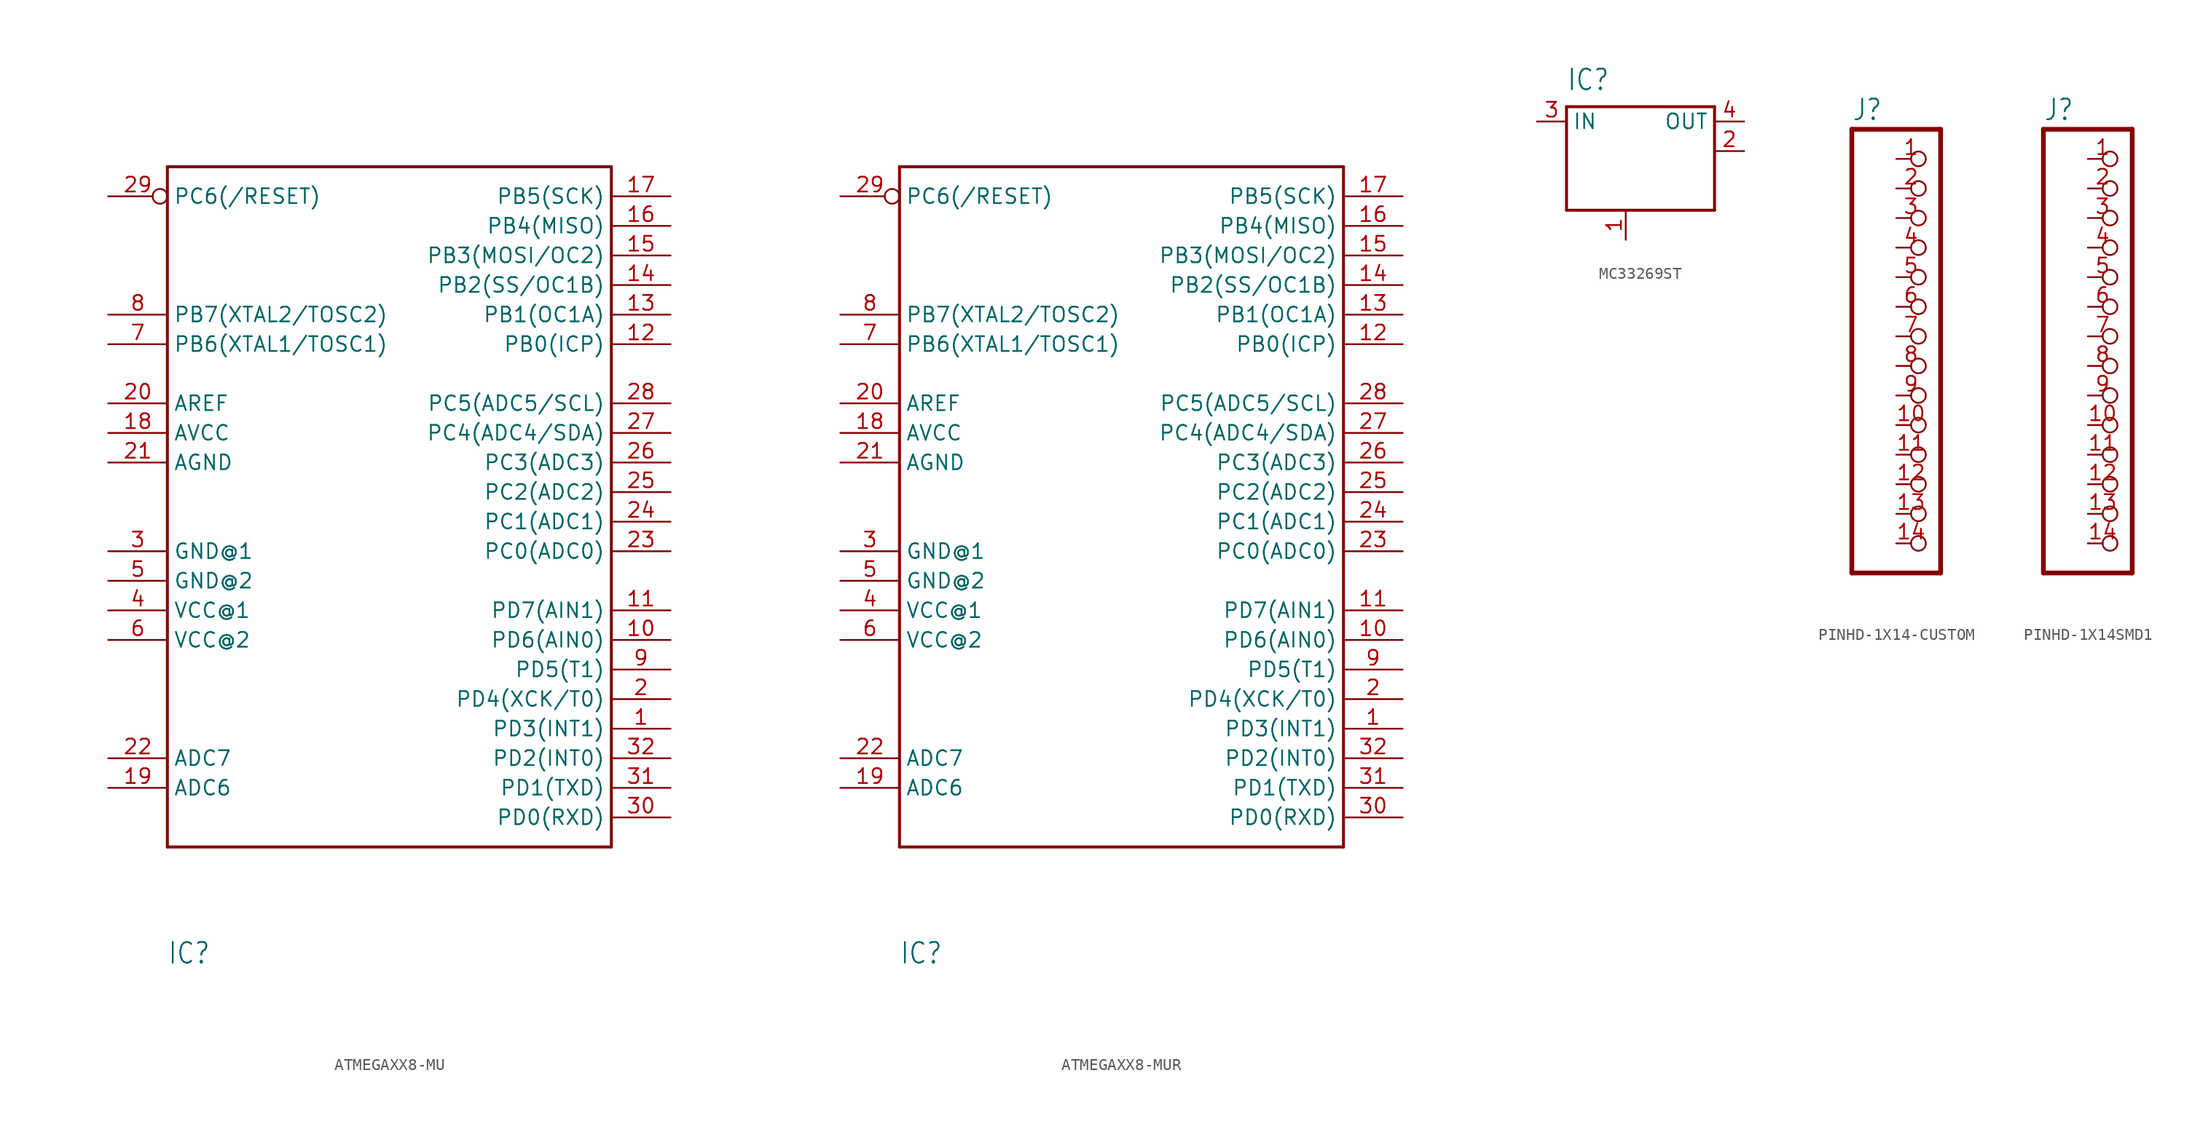
<source format=kicad_sym>
(kicad_symbol_lib
  (version 20220914)
  (generator kicad_symbol_editor)
  (symbol "ATMEGAXX8-MU"
    (property "Reference" "IC"
      (at -17.78 -40.64 0)
      (effects (font (size 1.778 1.511)) (justify left bottom)))
    (property "Value" ""
      (at -5.08 30.48 0)
      (effects (font (size 1.778 1.511)) (justify left bottom)))
    (property "ki_locked" ""
      (at 0 0 0)
      (effects (font (size 1.27 1.27))))
    (symbol "ATMEGAXX8-MU_1_0"
      (polyline (pts (xy -17.78 -30.48) (xy -17.78 27.94)) (stroke (width 0.254) (type solid)) (fill (type none)))
      (polyline (pts (xy -17.78 27.94) (xy 20.32 27.94)) (stroke (width 0.254) (type solid)) (fill (type none)))
      (polyline (pts (xy 20.32 -30.48) (xy -17.78 -30.48)) (stroke (width 0.254) (type solid)) (fill (type none)))
      (polyline (pts (xy 20.32 27.94) (xy 20.32 -30.48)) (stroke (width 0.254) (type solid)) (fill (type none)))
      (pin bidirectional line (at 25.4 -20.32 180) (length 5.08) (name "PD3(INT1)" (effects (font (size 1.27 1.27)))) (number "1" (effects (font (size 1.27 1.27)))))
      (pin bidirectional line (at 25.4 -12.7 180) (length 5.08) (name "PD6(AIN0)" (effects (font (size 1.27 1.27)))) (number "10" (effects (font (size 1.27 1.27)))))
      (pin bidirectional line (at 25.4 -10.16 180) (length 5.08) (name "PD7(AIN1)" (effects (font (size 1.27 1.27)))) (number "11" (effects (font (size 1.27 1.27)))))
      (pin bidirectional line (at 25.4 12.7 180) (length 5.08) (name "PB0(ICP)" (effects (font (size 1.27 1.27)))) (number "12" (effects (font (size 1.27 1.27)))))
      (pin bidirectional line (at 25.4 15.24 180) (length 5.08) (name "PB1(OC1A)" (effects (font (size 1.27 1.27)))) (number "13" (effects (font (size 1.27 1.27)))))
      (pin bidirectional line (at 25.4 17.78 180) (length 5.08) (name "PB2(SS/OC1B)" (effects (font (size 1.27 1.27)))) (number "14" (effects (font (size 1.27 1.27)))))
      (pin bidirectional line (at 25.4 20.32 180) (length 5.08) (name "PB3(MOSI/OC2)" (effects (font (size 1.27 1.27)))) (number "15" (effects (font (size 1.27 1.27)))))
      (pin bidirectional line (at 25.4 22.86 180) (length 5.08) (name "PB4(MISO)" (effects (font (size 1.27 1.27)))) (number "16" (effects (font (size 1.27 1.27)))))
      (pin bidirectional line (at 25.4 25.4 180) (length 5.08) (name "PB5(SCK)" (effects (font (size 1.27 1.27)))) (number "17" (effects (font (size 1.27 1.27)))))
      (pin bidirectional line (at -22.86 5.08 0) (length 5.08) (name "AVCC" (effects (font (size 1.27 1.27)))) (number "18" (effects (font (size 1.27 1.27)))))
      (pin bidirectional line (at -22.86 -25.4 0) (length 5.08) (name "ADC6" (effects (font (size 1.27 1.27)))) (number "19" (effects (font (size 1.27 1.27)))))
      (pin bidirectional line (at 25.4 -17.78 180) (length 5.08) (name "PD4(XCK/T0)" (effects (font (size 1.27 1.27)))) (number "2" (effects (font (size 1.27 1.27)))))
      (pin bidirectional line (at -22.86 7.62 0) (length 5.08) (name "AREF" (effects (font (size 1.27 1.27)))) (number "20" (effects (font (size 1.27 1.27)))))
      (pin bidirectional line (at -22.86 2.54 0) (length 5.08) (name "AGND" (effects (font (size 1.27 1.27)))) (number "21" (effects (font (size 1.27 1.27)))))
      (pin bidirectional line (at -22.86 -22.86 0) (length 5.08) (name "ADC7" (effects (font (size 1.27 1.27)))) (number "22" (effects (font (size 1.27 1.27)))))
      (pin bidirectional line (at 25.4 -5.08 180) (length 5.08) (name "PC0(ADC0)" (effects (font (size 1.27 1.27)))) (number "23" (effects (font (size 1.27 1.27)))))
      (pin bidirectional line (at 25.4 -2.54 180) (length 5.08) (name "PC1(ADC1)" (effects (font (size 1.27 1.27)))) (number "24" (effects (font (size 1.27 1.27)))))
      (pin bidirectional line (at 25.4 0 180) (length 5.08) (name "PC2(ADC2)" (effects (font (size 1.27 1.27)))) (number "25" (effects (font (size 1.27 1.27)))))
      (pin bidirectional line (at 25.4 2.54 180) (length 5.08) (name "PC3(ADC3)" (effects (font (size 1.27 1.27)))) (number "26" (effects (font (size 1.27 1.27)))))
      (pin bidirectional line (at 25.4 5.08 180) (length 5.08) (name "PC4(ADC4/SDA)" (effects (font (size 1.27 1.27)))) (number "27" (effects (font (size 1.27 1.27)))))
      (pin bidirectional line (at 25.4 7.62 180) (length 5.08) (name "PC5(ADC5/SCL)" (effects (font (size 1.27 1.27)))) (number "28" (effects (font (size 1.27 1.27)))))
      (pin bidirectional inverted (at -22.86 25.4 0) (length 5.08) (name "PC6(/RESET)" (effects (font (size 1.27 1.27)))) (number "29" (effects (font (size 1.27 1.27)))))
      (pin bidirectional line (at -22.86 -5.08 0) (length 5.08) (name "GND@1" (effects (font (size 1.27 1.27)))) (number "3" (effects (font (size 1.27 1.27)))))
      (pin bidirectional line (at 25.4 -27.94 180) (length 5.08) (name "PD0(RXD)" (effects (font (size 1.27 1.27)))) (number "30" (effects (font (size 1.27 1.27)))))
      (pin bidirectional line (at 25.4 -25.4 180) (length 5.08) (name "PD1(TXD)" (effects (font (size 1.27 1.27)))) (number "31" (effects (font (size 1.27 1.27)))))
      (pin bidirectional line (at 25.4 -22.86 180) (length 5.08) (name "PD2(INT0)" (effects (font (size 1.27 1.27)))) (number "32" (effects (font (size 1.27 1.27)))))
      (pin bidirectional line (at -22.86 -10.16 0) (length 5.08) (name "VCC@1" (effects (font (size 1.27 1.27)))) (number "4" (effects (font (size 1.27 1.27)))))
      (pin bidirectional line (at -22.86 -7.62 0) (length 5.08) (name "GND@2" (effects (font (size 1.27 1.27)))) (number "5" (effects (font (size 1.27 1.27)))))
      (pin bidirectional line (at -22.86 -12.7 0) (length 5.08) (name "VCC@2" (effects (font (size 1.27 1.27)))) (number "6" (effects (font (size 1.27 1.27)))))
      (pin bidirectional line (at -22.86 12.7 0) (length 5.08) (name "PB6(XTAL1/TOSC1)" (effects (font (size 1.27 1.27)))) (number "7" (effects (font (size 1.27 1.27)))))
      (pin bidirectional line (at -22.86 15.24 0) (length 5.08) (name "PB7(XTAL2/TOSC2)" (effects (font (size 1.27 1.27)))) (number "8" (effects (font (size 1.27 1.27)))))
      (pin bidirectional line (at 25.4 -15.24 180) (length 5.08) (name "PD5(T1)" (effects (font (size 1.27 1.27)))) (number "9" (effects (font (size 1.27 1.27)))))))
  (symbol "ATMEGAXX8-MUR"
    (property "Reference" "IC"
      (at -17.78 -40.64 0)
      (effects (font (size 1.778 1.511)) (justify left bottom)))
    (property "Value" ""
      (at -5.08 30.48 0)
      (effects (font (size 1.778 1.511)) (justify left bottom)))
    (property "ki_locked" ""
      (at 0 0 0)
      (effects (font (size 1.27 1.27))))
    (symbol "ATMEGAXX8-MUR_1_0"
      (polyline (pts (xy -17.78 -30.48) (xy -17.78 27.94)) (stroke (width 0.254) (type solid)) (fill (type none)))
      (polyline (pts (xy -17.78 27.94) (xy 20.32 27.94)) (stroke (width 0.254) (type solid)) (fill (type none)))
      (polyline (pts (xy 20.32 -30.48) (xy -17.78 -30.48)) (stroke (width 0.254) (type solid)) (fill (type none)))
      (polyline (pts (xy 20.32 27.94) (xy 20.32 -30.48)) (stroke (width 0.254) (type solid)) (fill (type none)))
      (pin bidirectional line (at 25.4 -20.32 180) (length 5.08) (name "PD3(INT1)" (effects (font (size 1.27 1.27)))) (number "1" (effects (font (size 1.27 1.27)))))
      (pin bidirectional line (at 25.4 -12.7 180) (length 5.08) (name "PD6(AIN0)" (effects (font (size 1.27 1.27)))) (number "10" (effects (font (size 1.27 1.27)))))
      (pin bidirectional line (at 25.4 -10.16 180) (length 5.08) (name "PD7(AIN1)" (effects (font (size 1.27 1.27)))) (number "11" (effects (font (size 1.27 1.27)))))
      (pin bidirectional line (at 25.4 12.7 180) (length 5.08) (name "PB0(ICP)" (effects (font (size 1.27 1.27)))) (number "12" (effects (font (size 1.27 1.27)))))
      (pin bidirectional line (at 25.4 15.24 180) (length 5.08) (name "PB1(OC1A)" (effects (font (size 1.27 1.27)))) (number "13" (effects (font (size 1.27 1.27)))))
      (pin bidirectional line (at 25.4 17.78 180) (length 5.08) (name "PB2(SS/OC1B)" (effects (font (size 1.27 1.27)))) (number "14" (effects (font (size 1.27 1.27)))))
      (pin bidirectional line (at 25.4 20.32 180) (length 5.08) (name "PB3(MOSI/OC2)" (effects (font (size 1.27 1.27)))) (number "15" (effects (font (size 1.27 1.27)))))
      (pin bidirectional line (at 25.4 22.86 180) (length 5.08) (name "PB4(MISO)" (effects (font (size 1.27 1.27)))) (number "16" (effects (font (size 1.27 1.27)))))
      (pin bidirectional line (at 25.4 25.4 180) (length 5.08) (name "PB5(SCK)" (effects (font (size 1.27 1.27)))) (number "17" (effects (font (size 1.27 1.27)))))
      (pin bidirectional line (at -22.86 5.08 0) (length 5.08) (name "AVCC" (effects (font (size 1.27 1.27)))) (number "18" (effects (font (size 1.27 1.27)))))
      (pin bidirectional line (at -22.86 -25.4 0) (length 5.08) (name "ADC6" (effects (font (size 1.27 1.27)))) (number "19" (effects (font (size 1.27 1.27)))))
      (pin bidirectional line (at 25.4 -17.78 180) (length 5.08) (name "PD4(XCK/T0)" (effects (font (size 1.27 1.27)))) (number "2" (effects (font (size 1.27 1.27)))))
      (pin bidirectional line (at -22.86 7.62 0) (length 5.08) (name "AREF" (effects (font (size 1.27 1.27)))) (number "20" (effects (font (size 1.27 1.27)))))
      (pin bidirectional line (at -22.86 2.54 0) (length 5.08) (name "AGND" (effects (font (size 1.27 1.27)))) (number "21" (effects (font (size 1.27 1.27)))))
      (pin bidirectional line (at -22.86 -22.86 0) (length 5.08) (name "ADC7" (effects (font (size 1.27 1.27)))) (number "22" (effects (font (size 1.27 1.27)))))
      (pin bidirectional line (at 25.4 -5.08 180) (length 5.08) (name "PC0(ADC0)" (effects (font (size 1.27 1.27)))) (number "23" (effects (font (size 1.27 1.27)))))
      (pin bidirectional line (at 25.4 -2.54 180) (length 5.08) (name "PC1(ADC1)" (effects (font (size 1.27 1.27)))) (number "24" (effects (font (size 1.27 1.27)))))
      (pin bidirectional line (at 25.4 0 180) (length 5.08) (name "PC2(ADC2)" (effects (font (size 1.27 1.27)))) (number "25" (effects (font (size 1.27 1.27)))))
      (pin bidirectional line (at 25.4 2.54 180) (length 5.08) (name "PC3(ADC3)" (effects (font (size 1.27 1.27)))) (number "26" (effects (font (size 1.27 1.27)))))
      (pin bidirectional line (at 25.4 5.08 180) (length 5.08) (name "PC4(ADC4/SDA)" (effects (font (size 1.27 1.27)))) (number "27" (effects (font (size 1.27 1.27)))))
      (pin bidirectional line (at 25.4 7.62 180) (length 5.08) (name "PC5(ADC5/SCL)" (effects (font (size 1.27 1.27)))) (number "28" (effects (font (size 1.27 1.27)))))
      (pin bidirectional inverted (at -22.86 25.4 0) (length 5.08) (name "PC6(/RESET)" (effects (font (size 1.27 1.27)))) (number "29" (effects (font (size 1.27 1.27)))))
      (pin bidirectional line (at -22.86 -5.08 0) (length 5.08) (name "GND@1" (effects (font (size 1.27 1.27)))) (number "3" (effects (font (size 1.27 1.27)))))
      (pin bidirectional line (at 25.4 -27.94 180) (length 5.08) (name "PD0(RXD)" (effects (font (size 1.27 1.27)))) (number "30" (effects (font (size 1.27 1.27)))))
      (pin bidirectional line (at 25.4 -25.4 180) (length 5.08) (name "PD1(TXD)" (effects (font (size 1.27 1.27)))) (number "31" (effects (font (size 1.27 1.27)))))
      (pin bidirectional line (at 25.4 -22.86 180) (length 5.08) (name "PD2(INT0)" (effects (font (size 1.27 1.27)))) (number "32" (effects (font (size 1.27 1.27)))))
      (pin bidirectional line (at -22.86 -10.16 0) (length 5.08) (name "VCC@1" (effects (font (size 1.27 1.27)))) (number "4" (effects (font (size 1.27 1.27)))))
      (pin bidirectional line (at -22.86 -7.62 0) (length 5.08) (name "GND@2" (effects (font (size 1.27 1.27)))) (number "5" (effects (font (size 1.27 1.27)))))
      (pin bidirectional line (at -22.86 -12.7 0) (length 5.08) (name "VCC@2" (effects (font (size 1.27 1.27)))) (number "6" (effects (font (size 1.27 1.27)))))
      (pin bidirectional line (at -22.86 12.7 0) (length 5.08) (name "PB6(XTAL1/TOSC1)" (effects (font (size 1.27 1.27)))) (number "7" (effects (font (size 1.27 1.27)))))
      (pin bidirectional line (at -22.86 15.24 0) (length 5.08) (name "PB7(XTAL2/TOSC2)" (effects (font (size 1.27 1.27)))) (number "8" (effects (font (size 1.27 1.27)))))
      (pin bidirectional line (at 25.4 -15.24 180) (length 5.08) (name "PD5(T1)" (effects (font (size 1.27 1.27)))) (number "9" (effects (font (size 1.27 1.27)))))))
  (symbol "MC33269ST"
    (property "Reference" "IC"
      (at -5.08 7.62 0)
      (effects (font (size 1.778 1.511)) (justify left bottom)))
    (property "Value" ""
      (at 3.81 -5.08 0)
      (effects (font (size 1.778 1.511)) (justify left bottom)))
    (property "ki_locked" ""
      (at 0 0 0)
      (effects (font (size 1.27 1.27))))
    (symbol "MC33269ST_1_0"
      (polyline (pts (xy -5.08 -2.54) (xy -5.08 6.35)) (stroke (width 0.254) (type solid)) (fill (type none)))
      (polyline (pts (xy -5.08 6.35) (xy 7.62 6.35)) (stroke (width 0.254) (type solid)) (fill (type none)))
      (polyline (pts (xy 7.62 -2.54) (xy -5.08 -2.54)) (stroke (width 0.254) (type solid)) (fill (type none)))
      (polyline (pts (xy 7.62 6.35) (xy 7.62 -2.54)) (stroke (width 0.254) (type solid)) (fill (type none)))
      (pin input line (at 0 -5.08 90) (length 2.54) (name "GND/ADJ" (effects (font (size 0 0)))) (number "1" (effects (font (size 1.27 1.27)))))
      (pin passive line (at 10.16 2.54 180) (length 2.54) (name "OUT@1" (effects (font (size 0 0)))) (number "2" (effects (font (size 1.27 1.27)))))
      (pin input line (at -7.62 5.08 0) (length 2.54) (name "IN" (effects (font (size 1.27 1.27)))) (number "3" (effects (font (size 1.27 1.27)))))
      (pin passive line (at 10.16 5.08 180) (length 2.54) (name "OUT" (effects (font (size 1.27 1.27)))) (number "4" (effects (font (size 1.27 1.27)))))))
  (symbol "PINHD-1X14-CUSTOM"
    (property "Reference" "J"
      (at -6.35 18.415 0)
      (effects (font (size 1.778 1.511)) (justify left bottom)))
    (property "ki_locked" ""
      (at 0 0 0)
      (effects (font (size 1.27 1.27))))
    (symbol "PINHD-1X14-CUSTOM_1_0"
      (polyline (pts (xy -6.35 -20.32) (xy 1.27 -20.32)) (stroke (width 0.406) (type solid)) (fill (type none)))
      (polyline (pts (xy -6.35 17.78) (xy -6.35 -20.32)) (stroke (width 0.406) (type solid)) (fill (type none)))
      (polyline (pts (xy 1.27 -20.32) (xy 1.27 17.78)) (stroke (width 0.406) (type solid)) (fill (type none)))
      (polyline (pts (xy 1.27 17.78) (xy -6.35 17.78)) (stroke (width 0.406) (type solid)) (fill (type none)))
      (pin passive inverted (at -2.54 15.24 0) (length 2.54) (name "1" (effects (font (size 0 0)))) (number "1" (effects (font (size 1.27 1.27)))))
      (pin passive inverted (at -2.54 -7.62 0) (length 2.54) (name "10" (effects (font (size 0 0)))) (number "10" (effects (font (size 1.27 1.27)))))
      (pin passive inverted (at -2.54 -10.16 0) (length 2.54) (name "11" (effects (font (size 0 0)))) (number "11" (effects (font (size 1.27 1.27)))))
      (pin passive inverted (at -2.54 -12.7 0) (length 2.54) (name "12" (effects (font (size 0 0)))) (number "12" (effects (font (size 1.27 1.27)))))
      (pin passive inverted (at -2.54 -15.24 0) (length 2.54) (name "13" (effects (font (size 0 0)))) (number "13" (effects (font (size 1.27 1.27)))))
      (pin passive inverted (at -2.54 -17.78 0) (length 2.54) (name "14" (effects (font (size 0 0)))) (number "14" (effects (font (size 1.27 1.27)))))
      (pin passive inverted (at -2.54 12.7 0) (length 2.54) (name "2" (effects (font (size 0 0)))) (number "2" (effects (font (size 1.27 1.27)))))
      (pin passive inverted (at -2.54 10.16 0) (length 2.54) (name "3" (effects (font (size 0 0)))) (number "3" (effects (font (size 1.27 1.27)))))
      (pin passive inverted (at -2.54 7.62 0) (length 2.54) (name "4" (effects (font (size 0 0)))) (number "4" (effects (font (size 1.27 1.27)))))
      (pin passive inverted (at -2.54 5.08 0) (length 2.54) (name "5" (effects (font (size 0 0)))) (number "5" (effects (font (size 1.27 1.27)))))
      (pin passive inverted (at -2.54 2.54 0) (length 2.54) (name "6" (effects (font (size 0 0)))) (number "6" (effects (font (size 1.27 1.27)))))
      (pin passive inverted (at -2.54 0 0) (length 2.54) (name "7" (effects (font (size 0 0)))) (number "7" (effects (font (size 1.27 1.27)))))
      (pin passive inverted (at -2.54 -2.54 0) (length 2.54) (name "8" (effects (font (size 0 0)))) (number "8" (effects (font (size 1.27 1.27)))))
      (pin passive inverted (at -2.54 -5.08 0) (length 2.54) (name "9" (effects (font (size 0 0)))) (number "9" (effects (font (size 1.27 1.27)))))))
  (symbol "PINHD-1X14SMD1"
    (property "Reference" "J"
      (at -6.35 18.415 0)
      (effects (font (size 1.778 1.511)) (justify left bottom)))
    (property "ki_locked" ""
      (at 0 0 0)
      (effects (font (size 1.27 1.27))))
    (symbol "PINHD-1X14SMD1_1_0"
      (polyline (pts (xy -6.35 -20.32) (xy 1.27 -20.32)) (stroke (width 0.406) (type solid)) (fill (type none)))
      (polyline (pts (xy -6.35 17.78) (xy -6.35 -20.32)) (stroke (width 0.406) (type solid)) (fill (type none)))
      (polyline (pts (xy 1.27 -20.32) (xy 1.27 17.78)) (stroke (width 0.406) (type solid)) (fill (type none)))
      (polyline (pts (xy 1.27 17.78) (xy -6.35 17.78)) (stroke (width 0.406) (type solid)) (fill (type none)))
      (pin passive inverted (at -2.54 15.24 0) (length 2.54) (name "1" (effects (font (size 0 0)))) (number "1" (effects (font (size 1.27 1.27)))))
      (pin passive inverted (at -2.54 -7.62 0) (length 2.54) (name "10" (effects (font (size 0 0)))) (number "10" (effects (font (size 1.27 1.27)))))
      (pin passive inverted (at -2.54 -10.16 0) (length 2.54) (name "11" (effects (font (size 0 0)))) (number "11" (effects (font (size 1.27 1.27)))))
      (pin passive inverted (at -2.54 -12.7 0) (length 2.54) (name "12" (effects (font (size 0 0)))) (number "12" (effects (font (size 1.27 1.27)))))
      (pin passive inverted (at -2.54 -15.24 0) (length 2.54) (name "13" (effects (font (size 0 0)))) (number "13" (effects (font (size 1.27 1.27)))))
      (pin passive inverted (at -2.54 -17.78 0) (length 2.54) (name "14" (effects (font (size 0 0)))) (number "14" (effects (font (size 1.27 1.27)))))
      (pin passive inverted (at -2.54 12.7 0) (length 2.54) (name "2" (effects (font (size 0 0)))) (number "2" (effects (font (size 1.27 1.27)))))
      (pin passive inverted (at -2.54 10.16 0) (length 2.54) (name "3" (effects (font (size 0 0)))) (number "3" (effects (font (size 1.27 1.27)))))
      (pin passive inverted (at -2.54 7.62 0) (length 2.54) (name "4" (effects (font (size 0 0)))) (number "4" (effects (font (size 1.27 1.27)))))
      (pin passive inverted (at -2.54 5.08 0) (length 2.54) (name "5" (effects (font (size 0 0)))) (number "5" (effects (font (size 1.27 1.27)))))
      (pin passive inverted (at -2.54 2.54 0) (length 2.54) (name "6" (effects (font (size 0 0)))) (number "6" (effects (font (size 1.27 1.27)))))
      (pin passive inverted (at -2.54 0 0) (length 2.54) (name "7" (effects (font (size 0 0)))) (number "7" (effects (font (size 1.27 1.27)))))
      (pin passive inverted (at -2.54 -2.54 0) (length 2.54) (name "8" (effects (font (size 0 0)))) (number "8" (effects (font (size 1.27 1.27)))))
      (pin passive inverted (at -2.54 -5.08 0) (length 2.54) (name "9" (effects (font (size 0 0)))) (number "9" (effects (font (size 1.27 1.27))))))))
</source>
